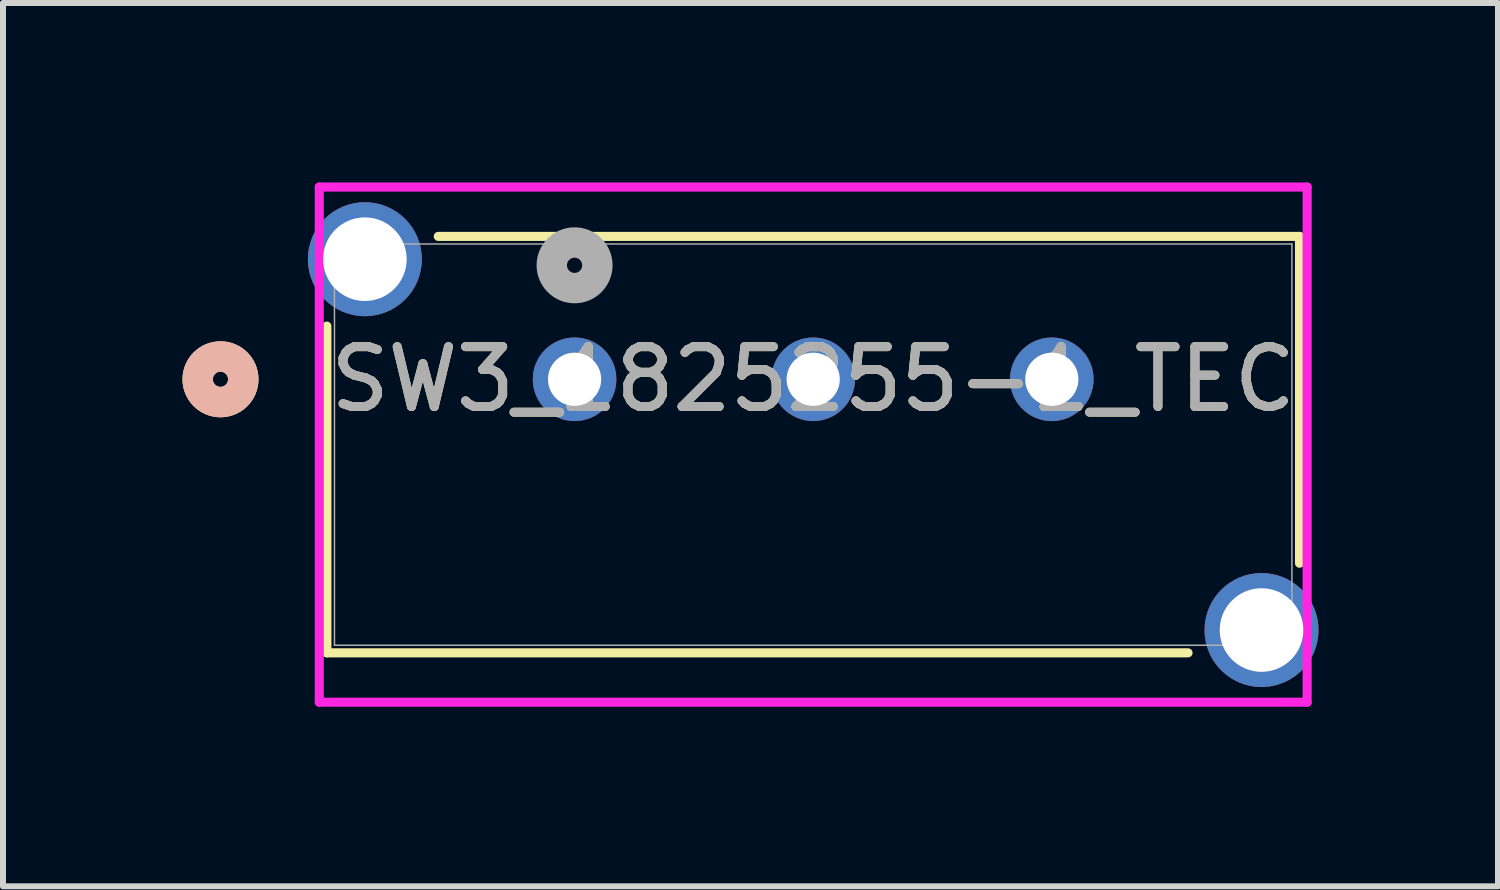
<source format=kicad_pcb>
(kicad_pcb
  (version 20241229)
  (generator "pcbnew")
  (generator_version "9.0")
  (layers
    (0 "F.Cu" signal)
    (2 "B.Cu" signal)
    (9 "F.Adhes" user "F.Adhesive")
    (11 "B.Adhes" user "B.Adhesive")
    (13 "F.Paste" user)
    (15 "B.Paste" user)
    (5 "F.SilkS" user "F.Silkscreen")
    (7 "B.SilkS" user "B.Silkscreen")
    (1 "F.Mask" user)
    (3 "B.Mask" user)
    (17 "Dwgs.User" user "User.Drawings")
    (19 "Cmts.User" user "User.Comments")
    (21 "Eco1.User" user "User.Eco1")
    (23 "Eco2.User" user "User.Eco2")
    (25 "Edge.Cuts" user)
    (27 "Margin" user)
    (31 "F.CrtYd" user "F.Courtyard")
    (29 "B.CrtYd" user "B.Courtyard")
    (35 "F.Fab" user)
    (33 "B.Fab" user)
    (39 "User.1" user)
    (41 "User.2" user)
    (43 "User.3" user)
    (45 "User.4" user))
  (footprint "SW3_1825255-1_TEC"
    (layer "F.Cu")
    (at 6.553 3.289)
    (property "Reference" "SW3_1825255-1_TEC" (at 3.988 0 0) (unlocked yes) (layer "F.SilkS") (effects (font (size 1 1) (thickness 0.15))))
    (attr through_hole)
    (fp_line (start -4.14 -0.889) (end -4.14 4.572) (stroke (width 0.152) (type solid)) (layer "F.SilkS"))
    (fp_line (start -4.14 4.572) (end 10.253 4.572) (stroke (width 0.152) (type solid)) (layer "F.SilkS"))
    (fp_line (start 12.116 -2.388) (end -2.278 -2.388) (stroke (width 0.152) (type solid)) (layer "F.SilkS"))
    (fp_line (start 12.116 3.074) (end 12.116 -2.388) (stroke (width 0.152) (type solid)) (layer "F.SilkS"))
    (fp_circle (center -5.918 0) (end -5.537 0) (stroke (width 0.508) (type solid)) (fill no) (layer "F.SilkS"))
    (fp_circle (center -5.918 0) (end -5.537 0) (stroke (width 0.508) (type solid)) (fill no) (layer "B.SilkS"))
    (fp_line (start -4.267 -3.213) (end -4.267 5.397) (stroke (width 0.152) (type solid)) (layer "F.CrtYd"))
    (fp_line (start -4.267 5.397) (end 12.243 5.397) (stroke (width 0.152) (type solid)) (layer "F.CrtYd"))
    (fp_line (start 12.243 -3.213) (end -4.267 -3.213) (stroke (width 0.152) (type solid)) (layer "F.CrtYd"))
    (fp_line (start 12.243 5.397) (end 12.243 -3.213) (stroke (width 0.152) (type solid)) (layer "F.CrtYd"))
    (fp_line (start -4.013 -2.261) (end -4.013 4.445) (stroke (width 0.025) (type solid)) (layer "F.Fab"))
    (fp_line (start -4.013 4.445) (end 11.989 4.445) (stroke (width 0.025) (type solid)) (layer "F.Fab"))
    (fp_line (start 11.989 -2.261) (end -4.013 -2.261) (stroke (width 0.025) (type solid)) (layer "F.Fab"))
    (fp_line (start 11.989 4.445) (end 11.989 -2.261) (stroke (width 0.025) (type solid)) (layer "F.Fab"))
    (fp_circle (center 0 -1.905) (end 0.381 -1.905) (stroke (width 0.508) (type solid)) (fill no) (layer "F.Fab"))
    (fp_text user "${REFERENCE}" (at 3.988 0 0) (unlocked yes) (layer "F.Fab") (effects (font (size 1 1) (thickness 0.15))))
    (pad "1" thru_hole circle (at 0 0) (size 1.397 1.397) (drill 0.889) (layers "*.Cu" "*.Mask"))
    (pad "2" thru_hole circle (at 3.988 0) (size 1.397 1.397) (drill 0.889) (layers "*.Cu" "*.Mask"))
    (pad "3" thru_hole circle (at 7.976 0) (size 1.397 1.397) (drill 0.889) (layers "*.Cu" "*.Mask"))
    (pad "4" thru_hole circle (at -3.505 -2.007) (size 1.905 1.905) (drill 1.397) (layers "*.Cu" "*.Mask"))
    (pad "5" thru_hole circle (at 11.481 4.191) (size 1.905 1.905) (drill 1.397) (layers "*.Cu" "*.Mask")))
  (gr_rect
    (start -3 -3)
    (end 21.986 11.763)
    (stroke (width 0.1) (type default))
    (fill no)
    (layer "Edge.Cuts")))
</source>
